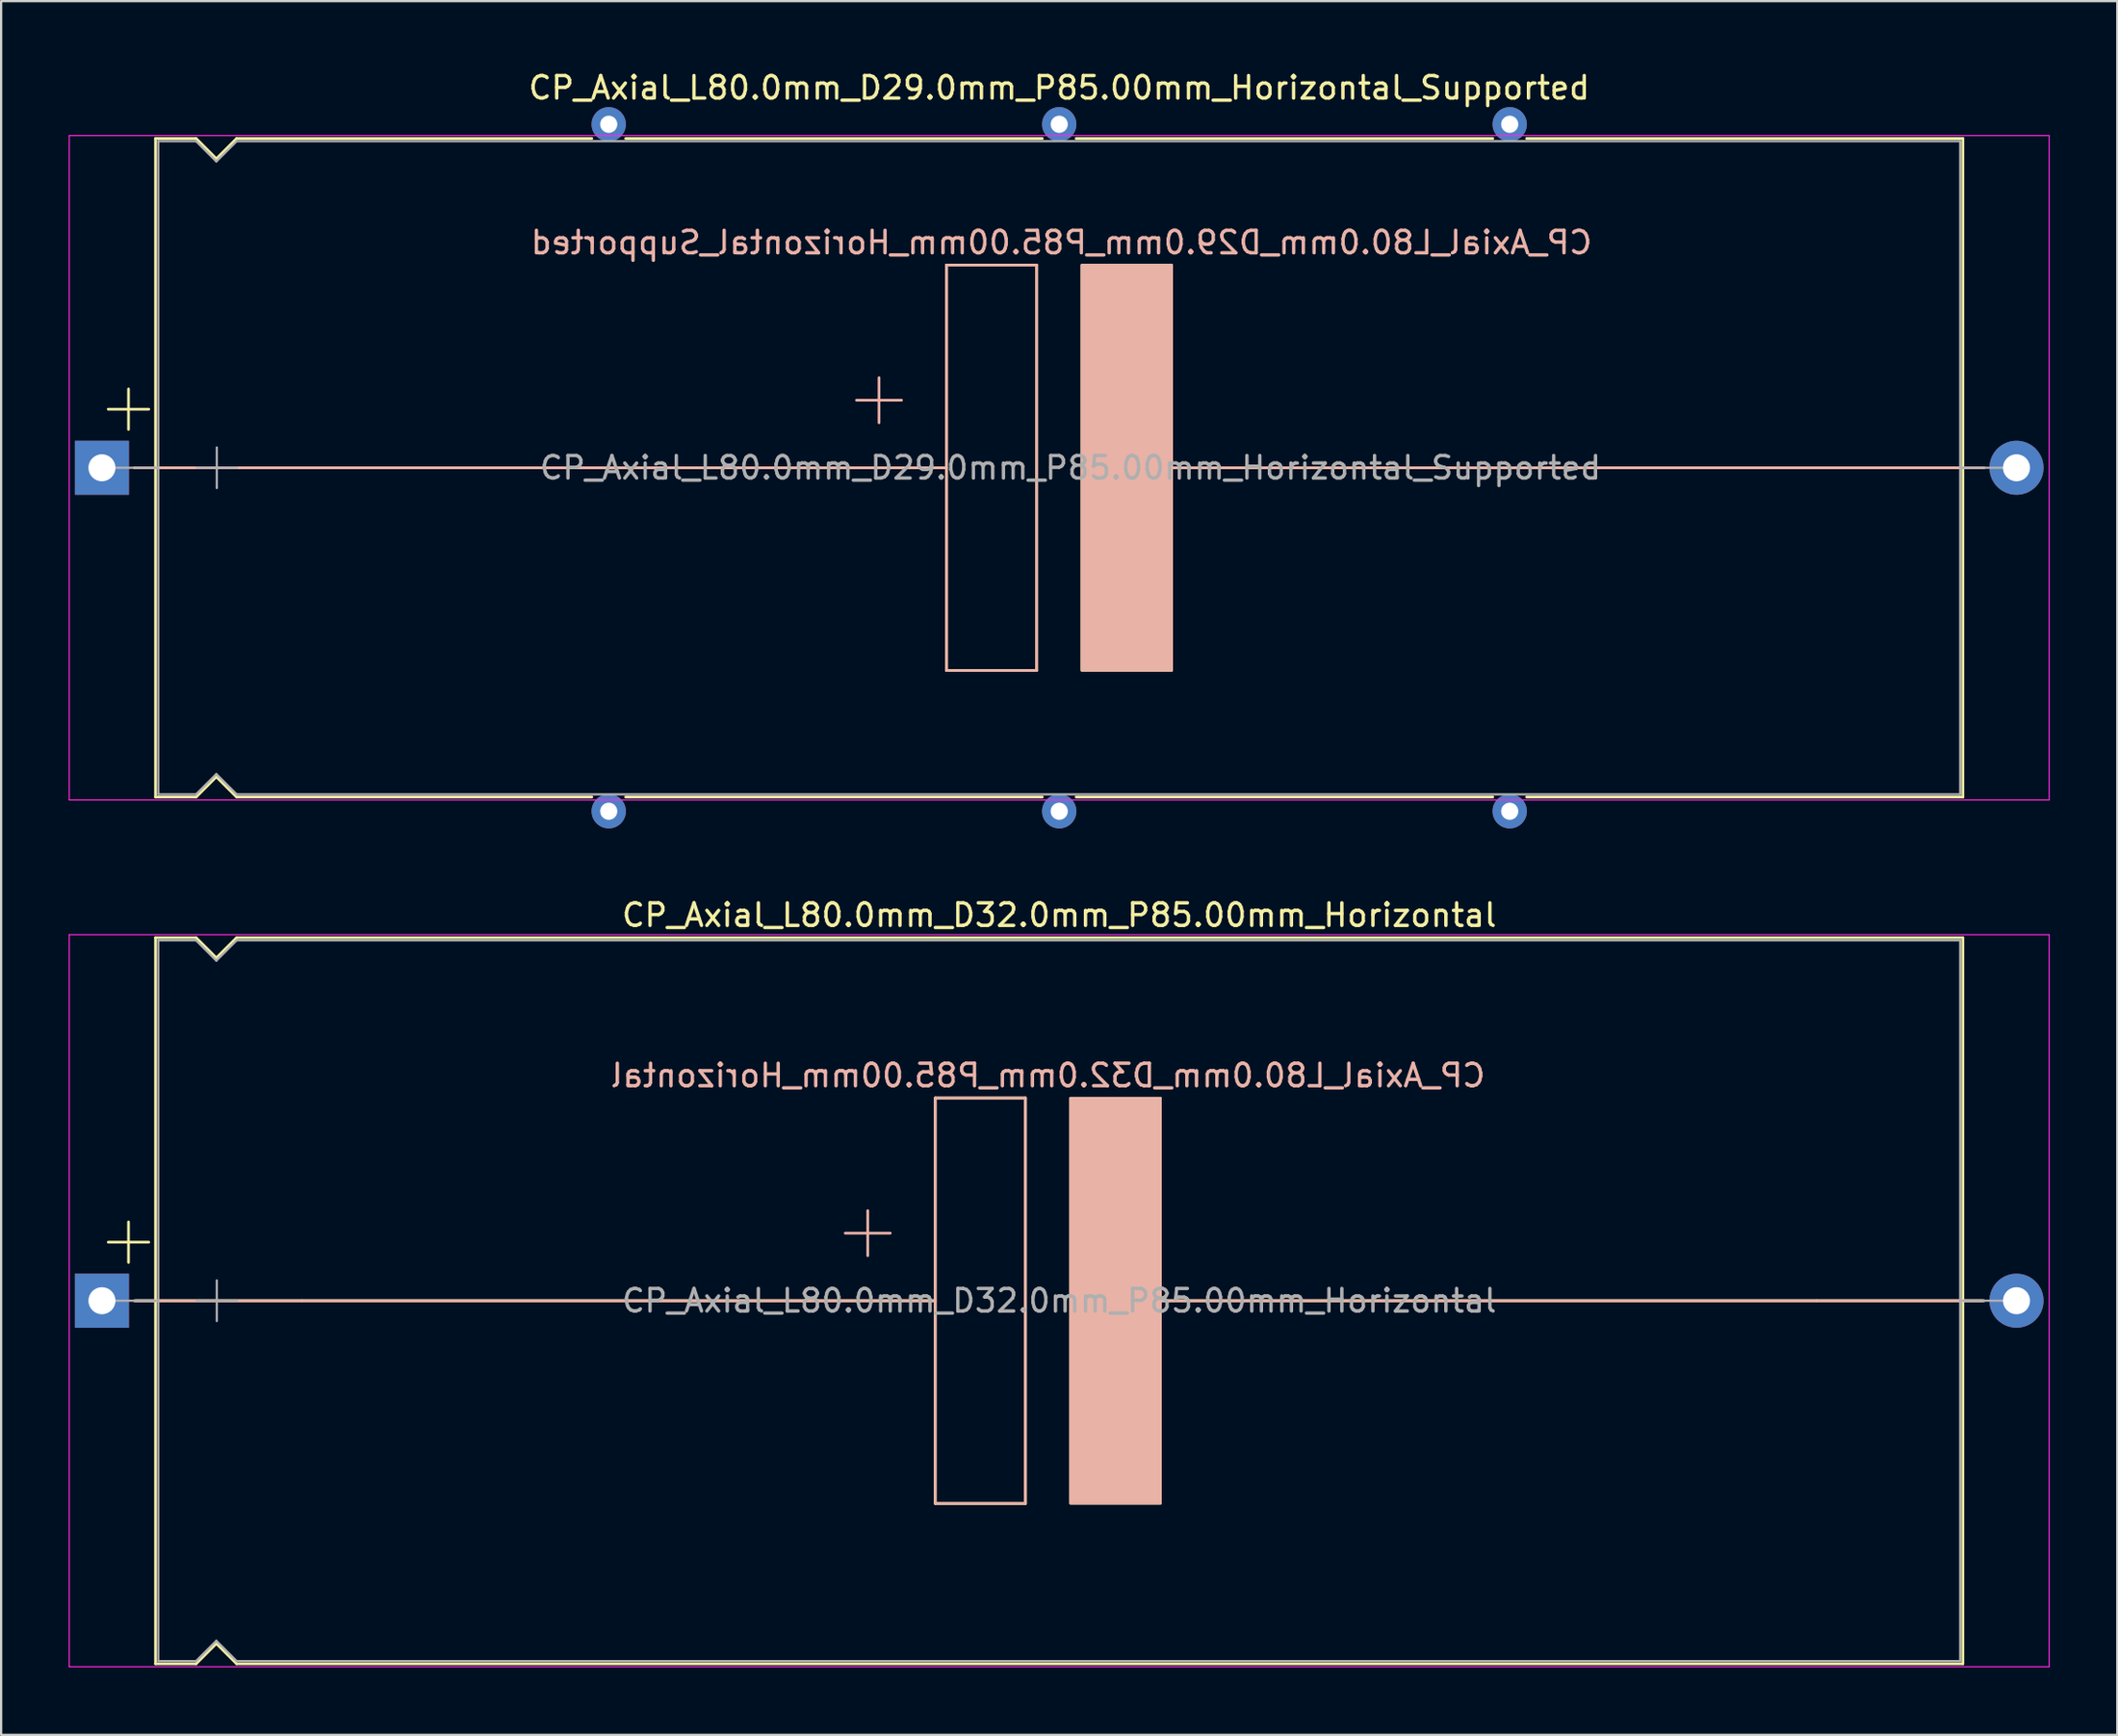
<source format=kicad_pcb>
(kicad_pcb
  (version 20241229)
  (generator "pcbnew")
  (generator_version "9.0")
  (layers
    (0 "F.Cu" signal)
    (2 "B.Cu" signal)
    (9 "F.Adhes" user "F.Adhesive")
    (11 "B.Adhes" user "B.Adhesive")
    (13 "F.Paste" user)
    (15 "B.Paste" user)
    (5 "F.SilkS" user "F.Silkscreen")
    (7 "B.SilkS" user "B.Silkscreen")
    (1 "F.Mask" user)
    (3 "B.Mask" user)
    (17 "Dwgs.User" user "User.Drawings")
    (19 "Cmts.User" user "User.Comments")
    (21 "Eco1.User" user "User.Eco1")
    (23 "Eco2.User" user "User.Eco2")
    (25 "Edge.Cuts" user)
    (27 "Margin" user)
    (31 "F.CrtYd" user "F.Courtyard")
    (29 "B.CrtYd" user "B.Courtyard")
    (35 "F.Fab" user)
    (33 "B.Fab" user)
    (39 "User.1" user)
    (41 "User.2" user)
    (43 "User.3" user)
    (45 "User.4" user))
  (footprint "CP_Axial_L80.0mm_D32.0mm_P85.00mm_Horizontal"
    (layer "F.Cu")
    (at 1.475 54.699)
    (property "Reference" "CP_Axial_L80.0mm_D32.0mm_P85.00mm_Horizontal" (at 42.5 -17.12 0) (layer "F.SilkS") (effects (font (size 1 1) (thickness 0.15))))
    (fp_line (start 0.28 -2.6) (end 2.08 -2.6) (stroke (width 0.12) (type solid)) (layer "F.SilkS"))
    (fp_line (start 1.18 -3.5) (end 1.18 -1.7) (stroke (width 0.12) (type solid)) (layer "F.SilkS"))
    (fp_line (start 1.44 0) (end 2.38 0) (stroke (width 0.12) (type solid)) (layer "F.SilkS"))
    (fp_line (start 2.38 -16.12) (end 2.38 16.12) (stroke (width 0.12) (type solid)) (layer "F.SilkS"))
    (fp_line (start 2.38 -16.12) (end 4.18 -16.12) (stroke (width 0.12) (type solid)) (layer "F.SilkS"))
    (fp_line (start 2.38 0) (end 37 0) (stroke (width 0.12) (type solid)) (layer "F.SilkS"))
    (fp_line (start 2.38 16.12) (end 4.18 16.12) (stroke (width 0.12) (type solid)) (layer "F.SilkS"))
    (fp_line (start 4.18 -16.12) (end 5.08 -15.22) (stroke (width 0.12) (type solid)) (layer "F.SilkS"))
    (fp_line (start 4.18 16.12) (end 5.08 15.22) (stroke (width 0.12) (type solid)) (layer "F.SilkS"))
    (fp_line (start 5.08 -15.22) (end 5.98 -16.12) (stroke (width 0.12) (type solid)) (layer "F.SilkS"))
    (fp_line (start 5.08 15.22) (end 5.98 16.12) (stroke (width 0.12) (type solid)) (layer "F.SilkS"))
    (fp_line (start 5.98 -16.12) (end 82.62 -16.12) (stroke (width 0.12) (type solid)) (layer "F.SilkS"))
    (fp_line (start 5.98 16.12) (end 82.62 16.12) (stroke (width 0.12) (type solid)) (layer "F.SilkS"))
    (fp_line (start 37 -9) (end 41 -9) (stroke (width 0.12) (type solid)) (layer "F.SilkS"))
    (fp_line (start 37 9) (end 37 -9) (stroke (width 0.12) (type solid)) (layer "F.SilkS"))
    (fp_line (start 41 -9) (end 41 9) (stroke (width 0.12) (type solid)) (layer "F.SilkS"))
    (fp_line (start 41 9) (end 37 9) (stroke (width 0.12) (type solid)) (layer "F.SilkS"))
    (fp_line (start 47 0) (end 82.62 0) (stroke (width 0.12) (type solid)) (layer "F.SilkS"))
    (fp_line (start 82.62 -16.12) (end 82.62 16.12) (stroke (width 0.12) (type solid)) (layer "F.SilkS"))
    (fp_line (start 83.56 0) (end 82.62 0) (stroke (width 0.12) (type solid)) (layer "F.SilkS"))
    (fp_poly (pts (xy 47 9) (xy 43 9) (xy 43 -9) (xy 47 -9)) (stroke (width 0.1) (type solid)) (fill yes) (layer "F.SilkS"))
    (fp_line (start 1.5 0) (end 8.88 0) (stroke (width 0.12) (type solid)) (layer "B.SilkS"))
    (fp_line (start 8.88 0) (end 37 0) (stroke (width 0.12) (type solid)) (layer "B.SilkS"))
    (fp_line (start 34 -2) (end 34 -4) (stroke (width 0.12) (type solid)) (layer "B.SilkS"))
    (fp_line (start 35 -3) (end 33 -3) (stroke (width 0.12) (type solid)) (layer "B.SilkS"))
    (fp_line (start 37 -9) (end 41 -9) (stroke (width 0.12) (type solid)) (layer "B.SilkS"))
    (fp_line (start 37 9) (end 37 -9) (stroke (width 0.12) (type solid)) (layer "B.SilkS"))
    (fp_line (start 41 -9) (end 41 9) (stroke (width 0.12) (type solid)) (layer "B.SilkS"))
    (fp_line (start 41 9) (end 37 9) (stroke (width 0.12) (type solid)) (layer "B.SilkS"))
    (fp_line (start 47 0) (end 76.12 0) (stroke (width 0.12) (type solid)) (layer "B.SilkS"))
    (fp_line (start 83.5 0) (end 76.12 0) (stroke (width 0.12) (type solid)) (layer "B.SilkS"))
    (fp_poly (pts (xy 47 9) (xy 43 9) (xy 43 -9) (xy 47 -9)) (stroke (width 0.1) (type solid)) (fill yes) (layer "B.SilkS"))
    (fp_line (start -1.45 -16.25) (end -1.45 16.25) (stroke (width 0.05) (type solid)) (layer "F.CrtYd"))
    (fp_line (start -1.45 16.25) (end 86.45 16.25) (stroke (width 0.05) (type solid)) (layer "F.CrtYd"))
    (fp_line (start 86.45 -16.25) (end -1.45 -16.25) (stroke (width 0.05) (type solid)) (layer "F.CrtYd"))
    (fp_line (start 86.45 16.25) (end 86.45 -16.25) (stroke (width 0.05) (type solid)) (layer "F.CrtYd"))
    (fp_line (start 0 0) (end 2.5 0) (stroke (width 0.1) (type solid)) (layer "F.Fab"))
    (fp_line (start 2.5 -16) (end 2.5 16) (stroke (width 0.1) (type solid)) (layer "F.Fab"))
    (fp_line (start 2.5 -16) (end 4.18 -16) (stroke (width 0.1) (type solid)) (layer "F.Fab"))
    (fp_line (start 2.5 16) (end 4.18 16) (stroke (width 0.1) (type solid)) (layer "F.Fab"))
    (fp_line (start 4.18 -16) (end 5.08 -15.1) (stroke (width 0.1) (type solid)) (layer "F.Fab"))
    (fp_line (start 4.18 16) (end 5.08 15.1) (stroke (width 0.1) (type solid)) (layer "F.Fab"))
    (fp_line (start 4.2 0) (end 6 0) (stroke (width 0.1) (type solid)) (layer "F.Fab"))
    (fp_line (start 5.08 -15.1) (end 5.98 -16) (stroke (width 0.1) (type solid)) (layer "F.Fab"))
    (fp_line (start 5.08 15.1) (end 5.98 16) (stroke (width 0.1) (type solid)) (layer "F.Fab"))
    (fp_line (start 5.1 -0.9) (end 5.1 0.9) (stroke (width 0.1) (type solid)) (layer "F.Fab"))
    (fp_line (start 5.98 -16) (end 82.5 -16) (stroke (width 0.1) (type solid)) (layer "F.Fab"))
    (fp_line (start 5.98 16) (end 82.5 16) (stroke (width 0.1) (type solid)) (layer "F.Fab"))
    (fp_line (start 82.5 -16) (end 82.5 16) (stroke (width 0.1) (type solid)) (layer "F.Fab"))
    (fp_line (start 85 0) (end 82.5 0) (stroke (width 0.1) (type solid)) (layer "F.Fab"))
    (fp_text user "${REFERENCE}" (at 42 -10 0) (layer "B.SilkS") (effects (font (size 1 1) (thickness 0.15)) (justify mirror)))
    (fp_text user "${REFERENCE}" (at 42.5 0 0) (layer "F.Fab") (effects (font (size 1 1) (thickness 0.15))))
    (pad "1" thru_hole rect (at 0 0) (size 2.4 2.4) (drill 1.2) (layers "*.Cu" "*.Mask"))
    (pad "2" thru_hole oval (at 85 0) (size 2.4 2.4) (drill 1.2) (layers "*.Cu" "*.Mask")))
  (footprint "CP_Axial_L80.0mm_D29.0mm_P85.00mm_Horizontal_Supported"
    (layer "F.Cu")
    (at 1.475 17.718)
    (property "Reference" "CP_Axial_L80.0mm_D29.0mm_P85.00mm_Horizontal_Supported" (at 42.5 -16.87 0) (layer "F.SilkS") (effects (font (size 1 1) (thickness 0.15))))
    (fp_line (start 0.28 -2.6) (end 2.08 -2.6) (stroke (width 0.12) (type solid)) (layer "F.SilkS"))
    (fp_line (start 1.18 -3.5) (end 1.18 -1.7) (stroke (width 0.12) (type solid)) (layer "F.SilkS"))
    (fp_line (start 1.44 0) (end 2.38 0) (stroke (width 0.12) (type solid)) (layer "F.SilkS"))
    (fp_line (start 2.38 -14.62) (end 2.38 14.62) (stroke (width 0.12) (type solid)) (layer "F.SilkS"))
    (fp_line (start 2.38 -14.62) (end 4.18 -14.62) (stroke (width 0.12) (type solid)) (layer "F.SilkS"))
    (fp_line (start 2.38 0) (end 37.5 0) (stroke (width 0.12) (type solid)) (layer "F.SilkS"))
    (fp_line (start 2.38 14.62) (end 4.18 14.62) (stroke (width 0.12) (type solid)) (layer "F.SilkS"))
    (fp_line (start 4.18 -14.62) (end 5.08 -13.72) (stroke (width 0.12) (type solid)) (layer "F.SilkS"))
    (fp_line (start 4.18 14.62) (end 5.08 13.72) (stroke (width 0.12) (type solid)) (layer "F.SilkS"))
    (fp_line (start 5.08 -13.72) (end 5.98 -14.62) (stroke (width 0.12) (type solid)) (layer "F.SilkS"))
    (fp_line (start 5.08 13.72) (end 5.98 14.62) (stroke (width 0.12) (type solid)) (layer "F.SilkS"))
    (fp_line (start 5.98 -14.62) (end 21.75 -14.62) (stroke (width 0.12) (type solid)) (layer "F.SilkS"))
    (fp_line (start 5.98 14.62) (end 21.75 14.62) (stroke (width 0.12) (type solid)) (layer "F.SilkS"))
    (fp_line (start 23.25 -14.62) (end 41.75 -14.62) (stroke (width 0.12) (type solid)) (layer "F.SilkS"))
    (fp_line (start 23.25 14.62) (end 41.75 14.62) (stroke (width 0.12) (type solid)) (layer "F.SilkS"))
    (fp_line (start 37.5 -9) (end 41.5 -9) (stroke (width 0.12) (type solid)) (layer "F.SilkS"))
    (fp_line (start 37.5 9) (end 37.5 -9) (stroke (width 0.12) (type solid)) (layer "F.SilkS"))
    (fp_line (start 41.5 -9) (end 41.5 9) (stroke (width 0.12) (type solid)) (layer "F.SilkS"))
    (fp_line (start 41.5 9) (end 37.5 9) (stroke (width 0.12) (type solid)) (layer "F.SilkS"))
    (fp_line (start 43.25 -14.62) (end 61.75 -14.62) (stroke (width 0.12) (type solid)) (layer "F.SilkS"))
    (fp_line (start 43.25 14.62) (end 61.75 14.62) (stroke (width 0.12) (type solid)) (layer "F.SilkS"))
    (fp_line (start 47 0) (end 82.62 0) (stroke (width 0.12) (type solid)) (layer "F.SilkS"))
    (fp_line (start 63.25 -14.62) (end 82.62 -14.62) (stroke (width 0.12) (type solid)) (layer "F.SilkS"))
    (fp_line (start 63.25 14.62) (end 82.62 14.62) (stroke (width 0.12) (type solid)) (layer "F.SilkS"))
    (fp_line (start 82.62 -14.62) (end 82.62 14.62) (stroke (width 0.12) (type solid)) (layer "F.SilkS"))
    (fp_line (start 83.56 0) (end 82.62 0) (stroke (width 0.12) (type solid)) (layer "F.SilkS"))
    (fp_poly (pts (xy 47.5 9) (xy 43.5 9) (xy 43.5 -9) (xy 47.5 -9)) (stroke (width 0.1) (type solid)) (fill yes) (layer "F.SilkS"))
    (fp_line (start 1.5 0) (end 9.38 0) (stroke (width 0.12) (type solid)) (layer "B.SilkS"))
    (fp_line (start 9.38 0) (end 37.5 0) (stroke (width 0.12) (type solid)) (layer "B.SilkS"))
    (fp_line (start 34.5 -2) (end 34.5 -4) (stroke (width 0.12) (type solid)) (layer "B.SilkS"))
    (fp_line (start 35.5 -3) (end 33.5 -3) (stroke (width 0.12) (type solid)) (layer "B.SilkS"))
    (fp_line (start 37.5 -9) (end 41.5 -9) (stroke (width 0.12) (type solid)) (layer "B.SilkS"))
    (fp_line (start 37.5 9) (end 37.5 -9) (stroke (width 0.12) (type solid)) (layer "B.SilkS"))
    (fp_line (start 41.5 -9) (end 41.5 9) (stroke (width 0.12) (type solid)) (layer "B.SilkS"))
    (fp_line (start 41.5 9) (end 37.5 9) (stroke (width 0.12) (type solid)) (layer "B.SilkS"))
    (fp_line (start 47.5 0) (end 76.62 0) (stroke (width 0.12) (type solid)) (layer "B.SilkS"))
    (fp_line (start 83.5 0) (end 76.62 0) (stroke (width 0.12) (type solid)) (layer "B.SilkS"))
    (fp_poly (pts (xy 47.5 9) (xy 43.5 9) (xy 43.5 -9) (xy 47.5 -9)) (stroke (width 0.1) (type solid)) (fill yes) (layer "B.SilkS"))
    (fp_line (start -1.45 -14.75) (end -1.45 14.75) (stroke (width 0.05) (type solid)) (layer "F.CrtYd"))
    (fp_line (start -1.45 14.75) (end 86.45 14.75) (stroke (width 0.05) (type solid)) (layer "F.CrtYd"))
    (fp_line (start 86.45 -14.75) (end -1.45 -14.75) (stroke (width 0.05) (type solid)) (layer "F.CrtYd"))
    (fp_line (start 86.45 14.75) (end 86.45 -14.75) (stroke (width 0.05) (type solid)) (layer "F.CrtYd"))
    (fp_line (start 0 0) (end 2.5 0) (stroke (width 0.1) (type solid)) (layer "F.Fab"))
    (fp_line (start 2.5 -14.5) (end 2.5 14.5) (stroke (width 0.1) (type solid)) (layer "F.Fab"))
    (fp_line (start 2.5 -14.5) (end 4.18 -14.5) (stroke (width 0.1) (type solid)) (layer "F.Fab"))
    (fp_line (start 2.5 14.5) (end 4.18 14.5) (stroke (width 0.1) (type solid)) (layer "F.Fab"))
    (fp_line (start 4.18 -14.5) (end 5.08 -13.6) (stroke (width 0.1) (type solid)) (layer "F.Fab"))
    (fp_line (start 4.18 14.5) (end 5.08 13.6) (stroke (width 0.1) (type solid)) (layer "F.Fab"))
    (fp_line (start 4.2 0) (end 6 0) (stroke (width 0.1) (type solid)) (layer "F.Fab"))
    (fp_line (start 5.08 -13.6) (end 5.98 -14.5) (stroke (width 0.1) (type solid)) (layer "F.Fab"))
    (fp_line (start 5.08 13.6) (end 5.98 14.5) (stroke (width 0.1) (type solid)) (layer "F.Fab"))
    (fp_line (start 5.1 -0.9) (end 5.1 0.9) (stroke (width 0.1) (type solid)) (layer "F.Fab"))
    (fp_line (start 5.98 -14.5) (end 82.5 -14.5) (stroke (width 0.1) (type solid)) (layer "F.Fab"))
    (fp_line (start 5.98 14.5) (end 82.5 14.5) (stroke (width 0.1) (type solid)) (layer "F.Fab"))
    (fp_line (start 82.5 -14.5) (end 82.5 14.5) (stroke (width 0.1) (type solid)) (layer "F.Fab"))
    (fp_line (start 85 0) (end 82.5 0) (stroke (width 0.1) (type solid)) (layer "F.Fab"))
    (fp_text user "${REFERENCE}" (at 42.6 -10 0) (layer "B.SilkS") (effects (font (size 1 1) (thickness 0.15)) (justify mirror)))
    (fp_text user "${REFERENCE}" (at 43 0 0) (layer "F.Fab") (effects (font (size 1 1) (thickness 0.15))))
    (pad "" thru_hole circle (at 22.5 -15.25) (size 1.524 1.524) (drill 0.762) (layers "*.Cu" "*.Mask"))
    (pad "" thru_hole circle (at 22.5 15.25) (size 1.524 1.524) (drill 0.762) (layers "*.Cu" "*.Mask"))
    (pad "" thru_hole circle (at 42.5 -15.25) (size 1.524 1.524) (drill 0.762) (layers "*.Cu" "*.Mask"))
    (pad "" thru_hole circle (at 42.5 15.25) (size 1.524 1.524) (drill 0.762) (layers "*.Cu" "*.Mask"))
    (pad "" thru_hole circle (at 62.5 -15.25) (size 1.524 1.524) (drill 0.762) (layers "*.Cu" "*.Mask"))
    (pad "" thru_hole circle (at 62.5 15.25) (size 1.524 1.524) (drill 0.762) (layers "*.Cu" "*.Mask"))
    (pad "1" thru_hole rect (at 0 0) (size 2.4 2.4) (drill 1.2) (layers "*.Cu" "*.Mask"))
    (pad "2" thru_hole oval (at 85 0) (size 2.4 2.4) (drill 1.2) (layers "*.Cu" "*.Mask")))
  (gr_rect
    (start -3 -3)
    (end 90.95 73.974)
    (stroke (width 0.1) (type default))
    (fill no)
    (layer "Edge.Cuts")))
</source>
